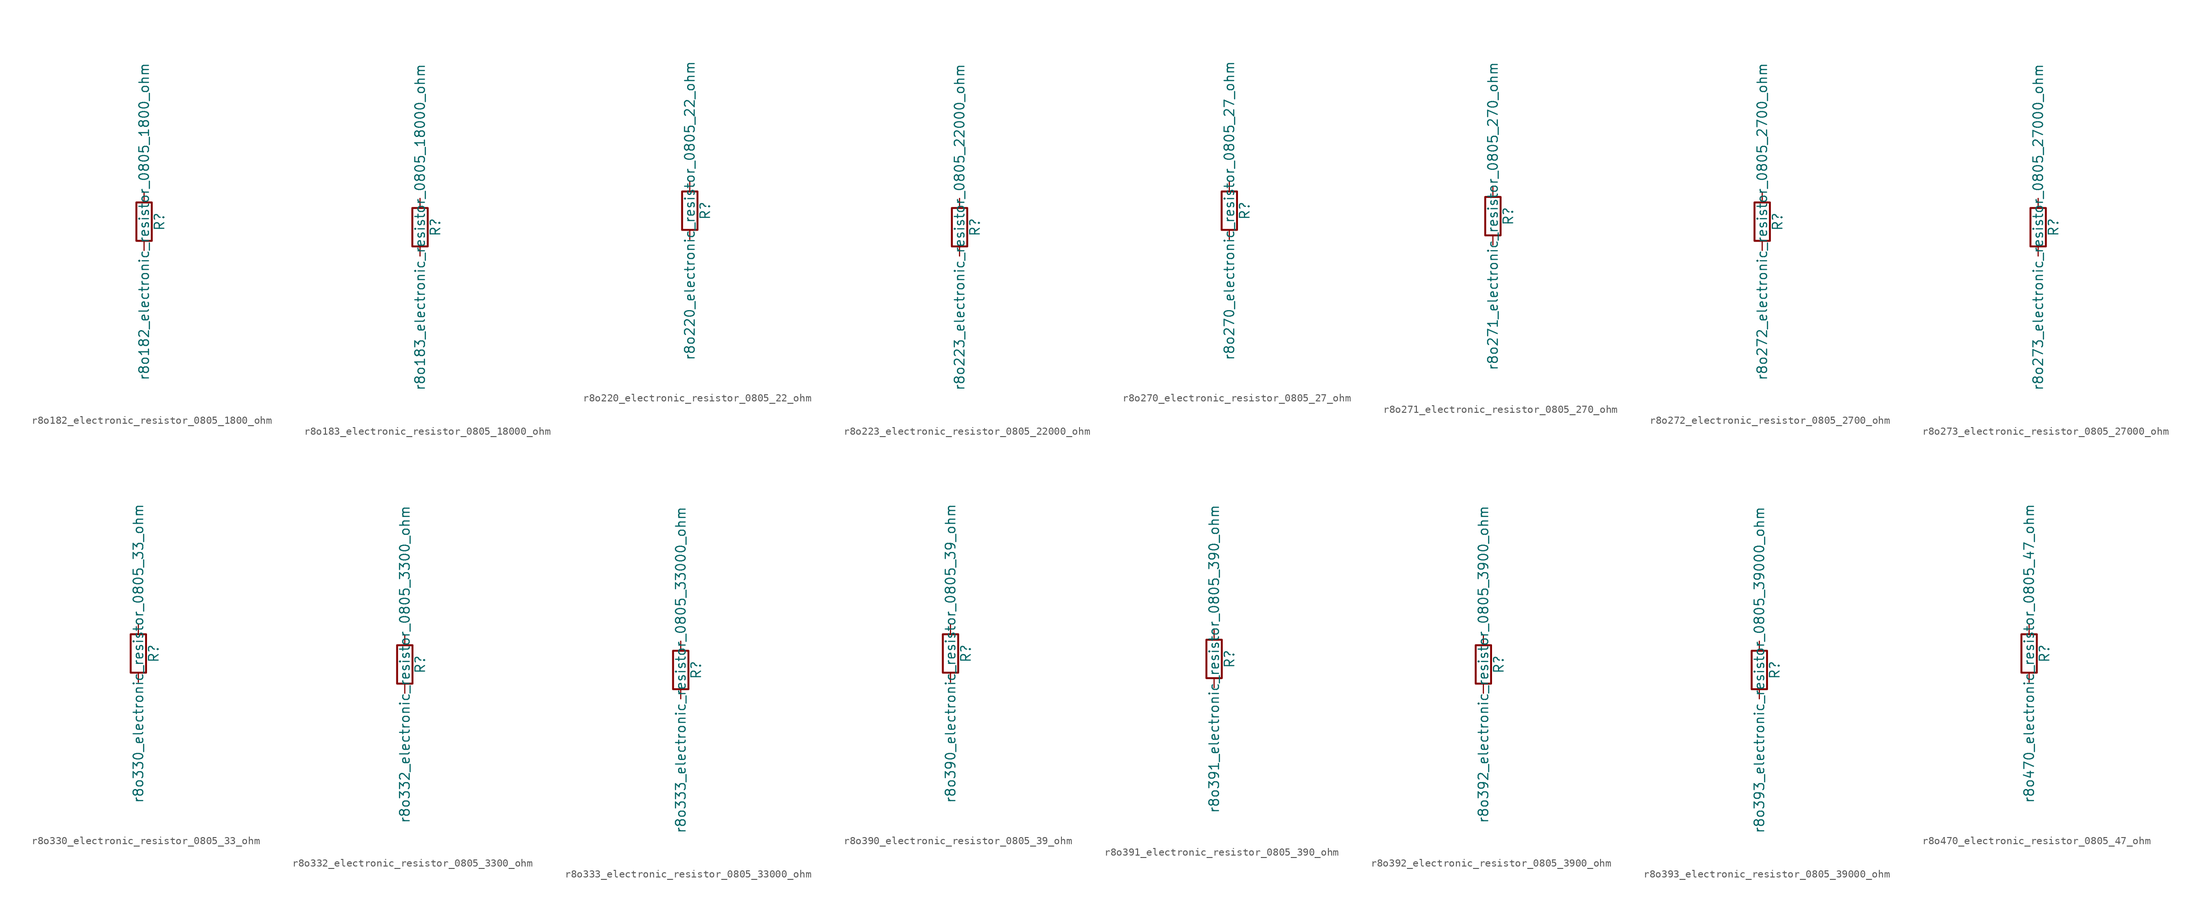
<source format=kicad_sym>
(kicad_symbol_lib
  (version 20220914)
  (generator kicad_symbol_editor)
  (symbol "r8o182_electronic_resistor_0805_1800_ohm"
    (pin_numbers hide)
    (pin_names
      (offset 0))
    (property "Reference" "R"
      (at 2.032 0 90)
      (effects (font (size 1.27 1.27))))
    (property "Value" "r8o182_electronic_resistor_0805_1800_ohm"
      (at 0 0 90)
      (effects (font (size 1.27 1.27))))
    (symbol "r8o182_electronic_resistor_0805_1800_ohm_0_1"
      (rectangle (start -1.016 -2.54) (end 1.016 2.54) (stroke (width 0.254) (type default)) (fill (type none))))
    (symbol "r8o182_electronic_resistor_0805_1800_ohm_1_1"
      (pin passive line (at 0 3.81 270) (length 1.27) (name "~" (effects (font (size 1.27 1.27)))) (number "1" (effects (font (size 1.27 1.27)))))
      (pin passive line (at 0 -3.81 90) (length 1.27) (name "~" (effects (font (size 1.27 1.27)))) (number "2" (effects (font (size 1.27 1.27)))))))
  (symbol "r8o183_electronic_resistor_0805_18000_ohm"
    (pin_numbers hide)
    (pin_names
      (offset 0))
    (property "Reference" "R"
      (at 2.032 0 90)
      (effects (font (size 1.27 1.27))))
    (property "Value" "r8o183_electronic_resistor_0805_18000_ohm"
      (at 0 0 90)
      (effects (font (size 1.27 1.27))))
    (symbol "r8o183_electronic_resistor_0805_18000_ohm_0_1"
      (rectangle (start -1.016 -2.54) (end 1.016 2.54) (stroke (width 0.254) (type default)) (fill (type none))))
    (symbol "r8o183_electronic_resistor_0805_18000_ohm_1_1"
      (pin passive line (at 0 3.81 270) (length 1.27) (name "~" (effects (font (size 1.27 1.27)))) (number "1" (effects (font (size 1.27 1.27)))))
      (pin passive line (at 0 -3.81 90) (length 1.27) (name "~" (effects (font (size 1.27 1.27)))) (number "2" (effects (font (size 1.27 1.27)))))))
  (symbol "r8o220_electronic_resistor_0805_22_ohm"
    (pin_numbers hide)
    (pin_names
      (offset 0))
    (property "Reference" "R"
      (at 2.032 0 90)
      (effects (font (size 1.27 1.27))))
    (property "Value" "r8o220_electronic_resistor_0805_22_ohm"
      (at 0 0 90)
      (effects (font (size 1.27 1.27))))
    (symbol "r8o220_electronic_resistor_0805_22_ohm_0_1"
      (rectangle (start -1.016 -2.54) (end 1.016 2.54) (stroke (width 0.254) (type default)) (fill (type none))))
    (symbol "r8o220_electronic_resistor_0805_22_ohm_1_1"
      (pin passive line (at 0 3.81 270) (length 1.27) (name "~" (effects (font (size 1.27 1.27)))) (number "1" (effects (font (size 1.27 1.27)))))
      (pin passive line (at 0 -3.81 90) (length 1.27) (name "~" (effects (font (size 1.27 1.27)))) (number "2" (effects (font (size 1.27 1.27)))))))
  (symbol "r8o223_electronic_resistor_0805_22000_ohm"
    (pin_numbers hide)
    (pin_names
      (offset 0))
    (property "Reference" "R"
      (at 2.032 0 90)
      (effects (font (size 1.27 1.27))))
    (property "Value" "r8o223_electronic_resistor_0805_22000_ohm"
      (at 0 0 90)
      (effects (font (size 1.27 1.27))))
    (symbol "r8o223_electronic_resistor_0805_22000_ohm_0_1"
      (rectangle (start -1.016 -2.54) (end 1.016 2.54) (stroke (width 0.254) (type default)) (fill (type none))))
    (symbol "r8o223_electronic_resistor_0805_22000_ohm_1_1"
      (pin passive line (at 0 3.81 270) (length 1.27) (name "~" (effects (font (size 1.27 1.27)))) (number "1" (effects (font (size 1.27 1.27)))))
      (pin passive line (at 0 -3.81 90) (length 1.27) (name "~" (effects (font (size 1.27 1.27)))) (number "2" (effects (font (size 1.27 1.27)))))))
  (symbol "r8o270_electronic_resistor_0805_27_ohm"
    (pin_numbers hide)
    (pin_names
      (offset 0))
    (property "Reference" "R"
      (at 2.032 0 90)
      (effects (font (size 1.27 1.27))))
    (property "Value" "r8o270_electronic_resistor_0805_27_ohm"
      (at 0 0 90)
      (effects (font (size 1.27 1.27))))
    (symbol "r8o270_electronic_resistor_0805_27_ohm_0_1"
      (rectangle (start -1.016 -2.54) (end 1.016 2.54) (stroke (width 0.254) (type default)) (fill (type none))))
    (symbol "r8o270_electronic_resistor_0805_27_ohm_1_1"
      (pin passive line (at 0 3.81 270) (length 1.27) (name "~" (effects (font (size 1.27 1.27)))) (number "1" (effects (font (size 1.27 1.27)))))
      (pin passive line (at 0 -3.81 90) (length 1.27) (name "~" (effects (font (size 1.27 1.27)))) (number "2" (effects (font (size 1.27 1.27)))))))
  (symbol "r8o271_electronic_resistor_0805_270_ohm"
    (pin_numbers hide)
    (pin_names
      (offset 0))
    (property "Reference" "R"
      (at 2.032 0 90)
      (effects (font (size 1.27 1.27))))
    (property "Value" "r8o271_electronic_resistor_0805_270_ohm"
      (at 0 0 90)
      (effects (font (size 1.27 1.27))))
    (symbol "r8o271_electronic_resistor_0805_270_ohm_0_1"
      (rectangle (start -1.016 -2.54) (end 1.016 2.54) (stroke (width 0.254) (type default)) (fill (type none))))
    (symbol "r8o271_electronic_resistor_0805_270_ohm_1_1"
      (pin passive line (at 0 3.81 270) (length 1.27) (name "~" (effects (font (size 1.27 1.27)))) (number "1" (effects (font (size 1.27 1.27)))))
      (pin passive line (at 0 -3.81 90) (length 1.27) (name "~" (effects (font (size 1.27 1.27)))) (number "2" (effects (font (size 1.27 1.27)))))))
  (symbol "r8o272_electronic_resistor_0805_2700_ohm"
    (pin_numbers hide)
    (pin_names
      (offset 0))
    (property "Reference" "R"
      (at 2.032 0 90)
      (effects (font (size 1.27 1.27))))
    (property "Value" "r8o272_electronic_resistor_0805_2700_ohm"
      (at 0 0 90)
      (effects (font (size 1.27 1.27))))
    (symbol "r8o272_electronic_resistor_0805_2700_ohm_0_1"
      (rectangle (start -1.016 -2.54) (end 1.016 2.54) (stroke (width 0.254) (type default)) (fill (type none))))
    (symbol "r8o272_electronic_resistor_0805_2700_ohm_1_1"
      (pin passive line (at 0 3.81 270) (length 1.27) (name "~" (effects (font (size 1.27 1.27)))) (number "1" (effects (font (size 1.27 1.27)))))
      (pin passive line (at 0 -3.81 90) (length 1.27) (name "~" (effects (font (size 1.27 1.27)))) (number "2" (effects (font (size 1.27 1.27)))))))
  (symbol "r8o273_electronic_resistor_0805_27000_ohm"
    (pin_numbers hide)
    (pin_names
      (offset 0))
    (property "Reference" "R"
      (at 2.032 0 90)
      (effects (font (size 1.27 1.27))))
    (property "Value" "r8o273_electronic_resistor_0805_27000_ohm"
      (at 0 0 90)
      (effects (font (size 1.27 1.27))))
    (symbol "r8o273_electronic_resistor_0805_27000_ohm_0_1"
      (rectangle (start -1.016 -2.54) (end 1.016 2.54) (stroke (width 0.254) (type default)) (fill (type none))))
    (symbol "r8o273_electronic_resistor_0805_27000_ohm_1_1"
      (pin passive line (at 0 3.81 270) (length 1.27) (name "~" (effects (font (size 1.27 1.27)))) (number "1" (effects (font (size 1.27 1.27)))))
      (pin passive line (at 0 -3.81 90) (length 1.27) (name "~" (effects (font (size 1.27 1.27)))) (number "2" (effects (font (size 1.27 1.27)))))))
  (symbol "r8o330_electronic_resistor_0805_33_ohm"
    (pin_numbers hide)
    (pin_names
      (offset 0))
    (property "Reference" "R"
      (at 2.032 0 90)
      (effects (font (size 1.27 1.27))))
    (property "Value" "r8o330_electronic_resistor_0805_33_ohm"
      (at 0 0 90)
      (effects (font (size 1.27 1.27))))
    (symbol "r8o330_electronic_resistor_0805_33_ohm_0_1"
      (rectangle (start -1.016 -2.54) (end 1.016 2.54) (stroke (width 0.254) (type default)) (fill (type none))))
    (symbol "r8o330_electronic_resistor_0805_33_ohm_1_1"
      (pin passive line (at 0 3.81 270) (length 1.27) (name "~" (effects (font (size 1.27 1.27)))) (number "1" (effects (font (size 1.27 1.27)))))
      (pin passive line (at 0 -3.81 90) (length 1.27) (name "~" (effects (font (size 1.27 1.27)))) (number "2" (effects (font (size 1.27 1.27)))))))
  (symbol "r8o332_electronic_resistor_0805_3300_ohm"
    (pin_numbers hide)
    (pin_names
      (offset 0))
    (property "Reference" "R"
      (at 2.032 0 90)
      (effects (font (size 1.27 1.27))))
    (property "Value" "r8o332_electronic_resistor_0805_3300_ohm"
      (at 0 0 90)
      (effects (font (size 1.27 1.27))))
    (symbol "r8o332_electronic_resistor_0805_3300_ohm_0_1"
      (rectangle (start -1.016 -2.54) (end 1.016 2.54) (stroke (width 0.254) (type default)) (fill (type none))))
    (symbol "r8o332_electronic_resistor_0805_3300_ohm_1_1"
      (pin passive line (at 0 3.81 270) (length 1.27) (name "~" (effects (font (size 1.27 1.27)))) (number "1" (effects (font (size 1.27 1.27)))))
      (pin passive line (at 0 -3.81 90) (length 1.27) (name "~" (effects (font (size 1.27 1.27)))) (number "2" (effects (font (size 1.27 1.27)))))))
  (symbol "r8o333_electronic_resistor_0805_33000_ohm"
    (pin_numbers hide)
    (pin_names
      (offset 0))
    (property "Reference" "R"
      (at 2.032 0 90)
      (effects (font (size 1.27 1.27))))
    (property "Value" "r8o333_electronic_resistor_0805_33000_ohm"
      (at 0 0 90)
      (effects (font (size 1.27 1.27))))
    (symbol "r8o333_electronic_resistor_0805_33000_ohm_0_1"
      (rectangle (start -1.016 -2.54) (end 1.016 2.54) (stroke (width 0.254) (type default)) (fill (type none))))
    (symbol "r8o333_electronic_resistor_0805_33000_ohm_1_1"
      (pin passive line (at 0 3.81 270) (length 1.27) (name "~" (effects (font (size 1.27 1.27)))) (number "1" (effects (font (size 1.27 1.27)))))
      (pin passive line (at 0 -3.81 90) (length 1.27) (name "~" (effects (font (size 1.27 1.27)))) (number "2" (effects (font (size 1.27 1.27)))))))
  (symbol "r8o390_electronic_resistor_0805_39_ohm"
    (pin_numbers hide)
    (pin_names
      (offset 0))
    (property "Reference" "R"
      (at 2.032 0 90)
      (effects (font (size 1.27 1.27))))
    (property "Value" "r8o390_electronic_resistor_0805_39_ohm"
      (at 0 0 90)
      (effects (font (size 1.27 1.27))))
    (symbol "r8o390_electronic_resistor_0805_39_ohm_0_1"
      (rectangle (start -1.016 -2.54) (end 1.016 2.54) (stroke (width 0.254) (type default)) (fill (type none))))
    (symbol "r8o390_electronic_resistor_0805_39_ohm_1_1"
      (pin passive line (at 0 3.81 270) (length 1.27) (name "~" (effects (font (size 1.27 1.27)))) (number "1" (effects (font (size 1.27 1.27)))))
      (pin passive line (at 0 -3.81 90) (length 1.27) (name "~" (effects (font (size 1.27 1.27)))) (number "2" (effects (font (size 1.27 1.27)))))))
  (symbol "r8o391_electronic_resistor_0805_390_ohm"
    (pin_numbers hide)
    (pin_names
      (offset 0))
    (property "Reference" "R"
      (at 2.032 0 90)
      (effects (font (size 1.27 1.27))))
    (property "Value" "r8o391_electronic_resistor_0805_390_ohm"
      (at 0 0 90)
      (effects (font (size 1.27 1.27))))
    (symbol "r8o391_electronic_resistor_0805_390_ohm_0_1"
      (rectangle (start -1.016 -2.54) (end 1.016 2.54) (stroke (width 0.254) (type default)) (fill (type none))))
    (symbol "r8o391_electronic_resistor_0805_390_ohm_1_1"
      (pin passive line (at 0 3.81 270) (length 1.27) (name "~" (effects (font (size 1.27 1.27)))) (number "1" (effects (font (size 1.27 1.27)))))
      (pin passive line (at 0 -3.81 90) (length 1.27) (name "~" (effects (font (size 1.27 1.27)))) (number "2" (effects (font (size 1.27 1.27)))))))
  (symbol "r8o392_electronic_resistor_0805_3900_ohm"
    (pin_numbers hide)
    (pin_names
      (offset 0))
    (property "Reference" "R"
      (at 2.032 0 90)
      (effects (font (size 1.27 1.27))))
    (property "Value" "r8o392_electronic_resistor_0805_3900_ohm"
      (at 0 0 90)
      (effects (font (size 1.27 1.27))))
    (symbol "r8o392_electronic_resistor_0805_3900_ohm_0_1"
      (rectangle (start -1.016 -2.54) (end 1.016 2.54) (stroke (width 0.254) (type default)) (fill (type none))))
    (symbol "r8o392_electronic_resistor_0805_3900_ohm_1_1"
      (pin passive line (at 0 3.81 270) (length 1.27) (name "~" (effects (font (size 1.27 1.27)))) (number "1" (effects (font (size 1.27 1.27)))))
      (pin passive line (at 0 -3.81 90) (length 1.27) (name "~" (effects (font (size 1.27 1.27)))) (number "2" (effects (font (size 1.27 1.27)))))))
  (symbol "r8o393_electronic_resistor_0805_39000_ohm"
    (pin_numbers hide)
    (pin_names
      (offset 0))
    (property "Reference" "R"
      (at 2.032 0 90)
      (effects (font (size 1.27 1.27))))
    (property "Value" "r8o393_electronic_resistor_0805_39000_ohm"
      (at 0 0 90)
      (effects (font (size 1.27 1.27))))
    (symbol "r8o393_electronic_resistor_0805_39000_ohm_0_1"
      (rectangle (start -1.016 -2.54) (end 1.016 2.54) (stroke (width 0.254) (type default)) (fill (type none))))
    (symbol "r8o393_electronic_resistor_0805_39000_ohm_1_1"
      (pin passive line (at 0 3.81 270) (length 1.27) (name "~" (effects (font (size 1.27 1.27)))) (number "1" (effects (font (size 1.27 1.27)))))
      (pin passive line (at 0 -3.81 90) (length 1.27) (name "~" (effects (font (size 1.27 1.27)))) (number "2" (effects (font (size 1.27 1.27)))))))
  (symbol "r8o470_electronic_resistor_0805_47_ohm"
    (pin_numbers hide)
    (pin_names
      (offset 0))
    (property "Reference" "R"
      (at 2.032 0 90)
      (effects (font (size 1.27 1.27))))
    (property "Value" "r8o470_electronic_resistor_0805_47_ohm"
      (at 0 0 90)
      (effects (font (size 1.27 1.27))))
    (symbol "r8o470_electronic_resistor_0805_47_ohm_0_1"
      (rectangle (start -1.016 -2.54) (end 1.016 2.54) (stroke (width 0.254) (type default)) (fill (type none))))
    (symbol "r8o470_electronic_resistor_0805_47_ohm_1_1"
      (pin passive line (at 0 3.81 270) (length 1.27) (name "~" (effects (font (size 1.27 1.27)))) (number "1" (effects (font (size 1.27 1.27)))))
      (pin passive line (at 0 -3.81 90) (length 1.27) (name "~" (effects (font (size 1.27 1.27)))) (number "2" (effects (font (size 1.27 1.27))))))))
</source>
